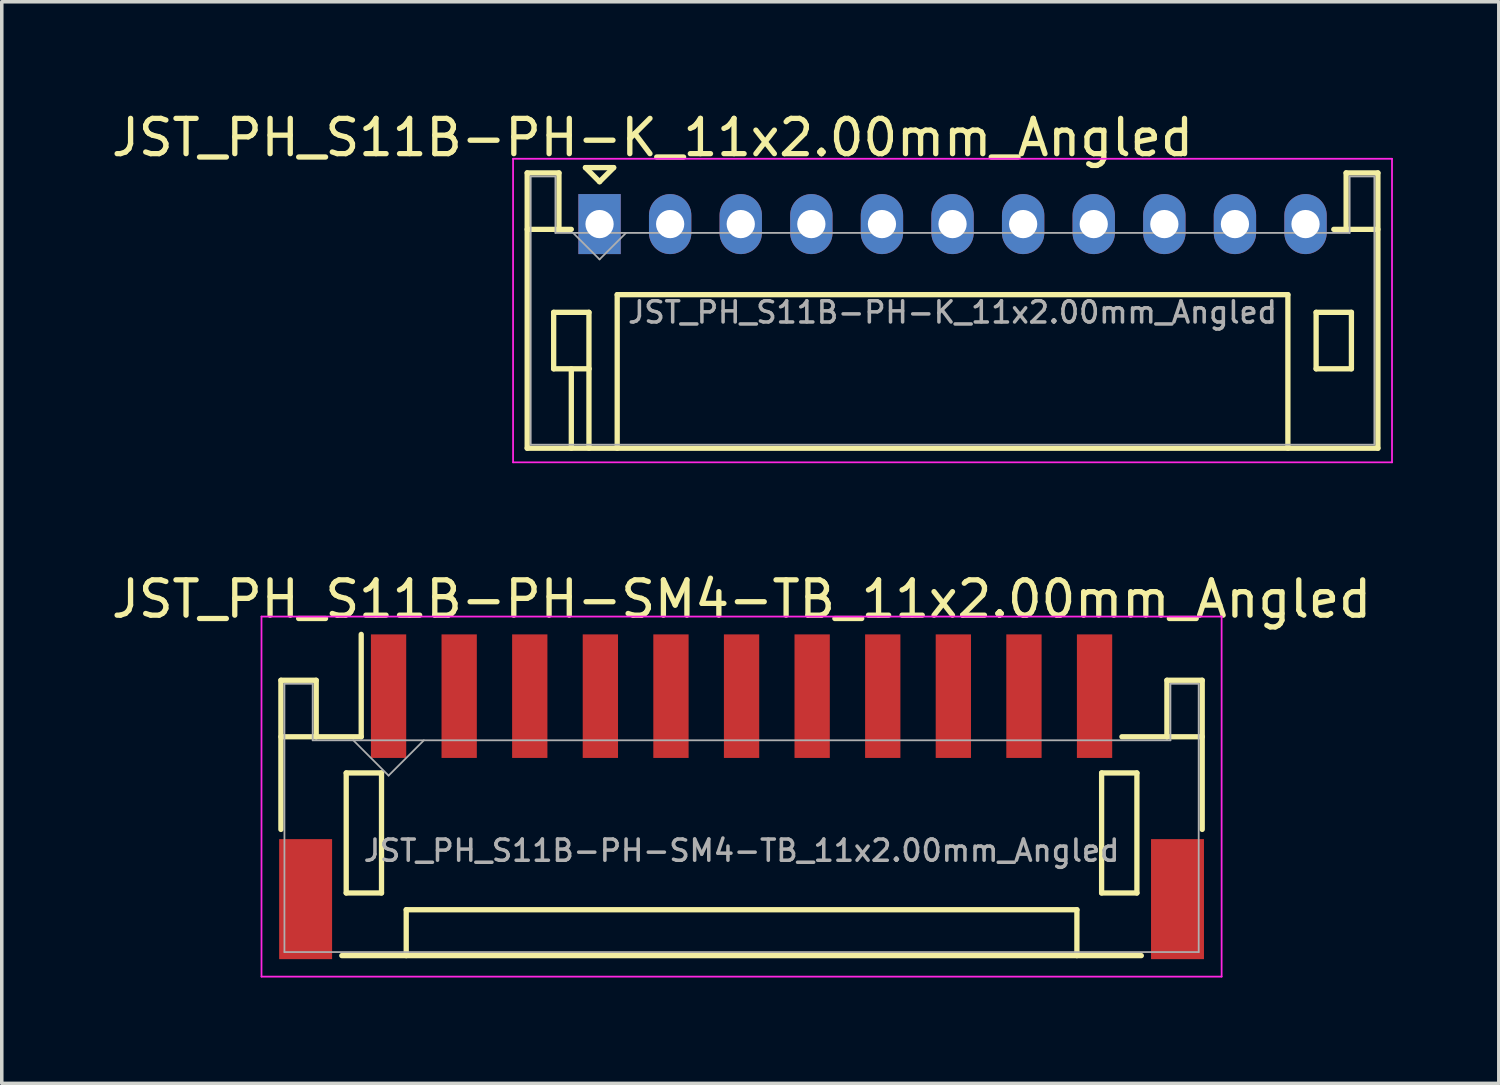
<source format=kicad_pcb>
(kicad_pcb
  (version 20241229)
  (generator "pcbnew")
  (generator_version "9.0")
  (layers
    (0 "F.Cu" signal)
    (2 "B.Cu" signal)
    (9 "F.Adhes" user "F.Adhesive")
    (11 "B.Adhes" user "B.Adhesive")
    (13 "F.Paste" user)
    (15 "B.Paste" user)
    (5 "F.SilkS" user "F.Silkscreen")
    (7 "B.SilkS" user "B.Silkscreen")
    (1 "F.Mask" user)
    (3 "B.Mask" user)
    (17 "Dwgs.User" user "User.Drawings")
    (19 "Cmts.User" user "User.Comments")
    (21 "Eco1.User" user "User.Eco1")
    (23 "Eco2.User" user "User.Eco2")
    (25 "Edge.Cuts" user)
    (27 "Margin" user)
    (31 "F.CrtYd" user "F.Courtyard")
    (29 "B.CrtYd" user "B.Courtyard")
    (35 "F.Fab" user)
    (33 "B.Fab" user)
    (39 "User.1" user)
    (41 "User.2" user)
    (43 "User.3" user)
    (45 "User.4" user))
  (footprint "JST_PH_S11B-PH-K_11x2.00mm_Angled"
    (layer "F.Cu")
    (at 13.935 3.298)
    (property "Reference" "JST_PH_S11B-PH-K_11x2.00mm_Angled" (at 10 2.5 0) (layer "F.Fab") (effects (font (size 0.6 0.6) (thickness 0.1))))
    (attr through_hole)
    (fp_line (start -2.05 -1.45) (end -2.05 6.35) (stroke (width 0.15) (type solid)) (layer "F.SilkS"))
    (fp_line (start -2.05 0.15) (end -1.15 0.15) (stroke (width 0.15) (type solid)) (layer "F.SilkS"))
    (fp_line (start -2.05 6.35) (end 22.05 6.35) (stroke (width 0.15) (type solid)) (layer "F.SilkS"))
    (fp_line (start -1.3 2.5) (end -1.3 4.1) (stroke (width 0.15) (type solid)) (layer "F.SilkS"))
    (fp_line (start -1.3 4.1) (end -0.3 4.1) (stroke (width 0.15) (type solid)) (layer "F.SilkS"))
    (fp_line (start -1.15 -1.45) (end -2.05 -1.45) (stroke (width 0.15) (type solid)) (layer "F.SilkS"))
    (fp_line (start -1.15 0.15) (end -1.15 -1.45) (stroke (width 0.15) (type solid)) (layer "F.SilkS"))
    (fp_line (start -0.8 0.15) (end -1.15 0.15) (stroke (width 0.15) (type solid)) (layer "F.SilkS"))
    (fp_line (start -0.8 4.1) (end -0.8 6.35) (stroke (width 0.15) (type solid)) (layer "F.SilkS"))
    (fp_line (start -0.4 -1.6) (end 0.4 -1.6) (stroke (width 0.15) (type solid)) (layer "F.SilkS"))
    (fp_line (start -0.3 2.5) (end -1.3 2.5) (stroke (width 0.15) (type solid)) (layer "F.SilkS"))
    (fp_line (start -0.3 4.1) (end -0.3 2.5) (stroke (width 0.15) (type solid)) (layer "F.SilkS"))
    (fp_line (start -0.3 4.1) (end -0.3 6.35) (stroke (width 0.15) (type solid)) (layer "F.SilkS"))
    (fp_line (start 0 -1.2) (end -0.4 -1.6) (stroke (width 0.15) (type solid)) (layer "F.SilkS"))
    (fp_line (start 0.4 -1.6) (end 0 -1.2) (stroke (width 0.15) (type solid)) (layer "F.SilkS"))
    (fp_line (start 0.5 2) (end 19.5 2) (stroke (width 0.15) (type solid)) (layer "F.SilkS"))
    (fp_line (start 0.5 6.35) (end 0.5 2) (stroke (width 0.15) (type solid)) (layer "F.SilkS"))
    (fp_line (start 19.5 2) (end 19.5 6.35) (stroke (width 0.15) (type solid)) (layer "F.SilkS"))
    (fp_line (start 20.3 2.5) (end 21.3 2.5) (stroke (width 0.15) (type solid)) (layer "F.SilkS"))
    (fp_line (start 20.3 4.1) (end 20.3 2.5) (stroke (width 0.15) (type solid)) (layer "F.SilkS"))
    (fp_line (start 21.15 -1.45) (end 21.15 0.15) (stroke (width 0.15) (type solid)) (layer "F.SilkS"))
    (fp_line (start 21.15 0.15) (end 20.8 0.15) (stroke (width 0.15) (type solid)) (layer "F.SilkS"))
    (fp_line (start 21.3 2.5) (end 21.3 4.1) (stroke (width 0.15) (type solid)) (layer "F.SilkS"))
    (fp_line (start 21.3 4.1) (end 20.3 4.1) (stroke (width 0.15) (type solid)) (layer "F.SilkS"))
    (fp_line (start 22.05 -1.45) (end 21.15 -1.45) (stroke (width 0.15) (type solid)) (layer "F.SilkS"))
    (fp_line (start 22.05 0.15) (end 21.15 0.15) (stroke (width 0.15) (type solid)) (layer "F.SilkS"))
    (fp_line (start 22.05 6.35) (end 22.05 -1.45) (stroke (width 0.15) (type solid)) (layer "F.SilkS"))
    (fp_line (start -2.45 -1.85) (end -2.45 6.75) (stroke (width 0.05) (type solid)) (layer "F.CrtYd"))
    (fp_line (start -2.45 6.75) (end 22.45 6.75) (stroke (width 0.05) (type solid)) (layer "F.CrtYd"))
    (fp_line (start 22.45 -1.85) (end -2.45 -1.85) (stroke (width 0.05) (type solid)) (layer "F.CrtYd"))
    (fp_line (start 22.45 6.75) (end 22.45 -1.85) (stroke (width 0.05) (type solid)) (layer "F.CrtYd"))
    (fp_line (start -1.95 -1.35) (end -1.95 6.25) (stroke (width 0.05) (type solid)) (layer "F.Fab"))
    (fp_line (start -1.95 6.25) (end 21.95 6.25) (stroke (width 0.05) (type solid)) (layer "F.Fab"))
    (fp_line (start -1.25 -1.35) (end -1.95 -1.35) (stroke (width 0.05) (type solid)) (layer "F.Fab"))
    (fp_line (start -1.25 0.25) (end -1.25 -1.35) (stroke (width 0.05) (type solid)) (layer "F.Fab"))
    (fp_line (start -0.75 0.25) (end 0 1) (stroke (width 0.05) (type solid)) (layer "F.Fab"))
    (fp_line (start 0 1) (end 0.75 0.25) (stroke (width 0.05) (type solid)) (layer "F.Fab"))
    (fp_line (start 21.25 -1.35) (end 21.25 0.25) (stroke (width 0.05) (type solid)) (layer "F.Fab"))
    (fp_line (start 21.25 0.25) (end -1.25 0.25) (stroke (width 0.05) (type solid)) (layer "F.Fab"))
    (fp_line (start 21.95 -1.35) (end 21.25 -1.35) (stroke (width 0.05) (type solid)) (layer "F.Fab"))
    (fp_line (start 21.95 6.25) (end 21.95 -1.35) (stroke (width 0.05) (type solid)) (layer "F.Fab"))
    (fp_text user "${REFERENCE}" (at 1.5 -2.45 0) (layer "F.SilkS") (effects (font (size 1 1) (thickness 0.15))))
    (pad "1" thru_hole rect (at 0 0) (size 1.2 1.7) (drill 0.8) (layers "*.Cu" "*.Mask"))
    (pad "2" thru_hole oval (at 2 0) (size 1.2 1.7) (drill 0.8) (layers "*.Cu" "*.Mask"))
    (pad "3" thru_hole oval (at 4 0) (size 1.2 1.7) (drill 0.8) (layers "*.Cu" "*.Mask"))
    (pad "4" thru_hole oval (at 6 0) (size 1.2 1.7) (drill 0.8) (layers "*.Cu" "*.Mask"))
    (pad "5" thru_hole oval (at 8 0) (size 1.2 1.7) (drill 0.8) (layers "*.Cu" "*.Mask"))
    (pad "6" thru_hole oval (at 10 0) (size 1.2 1.7) (drill 0.8) (layers "*.Cu" "*.Mask"))
    (pad "7" thru_hole oval (at 12 0) (size 1.2 1.7) (drill 0.8) (layers "*.Cu" "*.Mask"))
    (pad "8" thru_hole oval (at 14 0) (size 1.2 1.7) (drill 0.8) (layers "*.Cu" "*.Mask"))
    (pad "9" thru_hole oval (at 16 0) (size 1.2 1.7) (drill 0.8) (layers "*.Cu" "*.Mask"))
    (pad "10" thru_hole oval (at 18 0) (size 1.2 1.7) (drill 0.8) (layers "*.Cu" "*.Mask"))
    (pad "11" thru_hole oval (at 20 0) (size 1.2 1.7) (drill 0.8) (layers "*.Cu" "*.Mask")))
  (footprint "JST_PH_S11B-PH-SM4-TB_11x2.00mm_Angled"
    (layer "F.Cu")
    (at 17.958 19.547)
    (property "Reference" "JST_PH_S11B-PH-SM4-TB_11x2.00mm_Angled" (at 0 1.5 0) (layer "F.Fab") (effects (font (size 0.6 0.6) (thickness 0.1))))
    (attr smd)
    (fp_line (start -13.05 -3.325) (end -13.05 0.9) (stroke (width 0.15) (type solid)) (layer "F.SilkS"))
    (fp_line (start -13.05 -1.725) (end -12.05 -1.725) (stroke (width 0.15) (type solid)) (layer "F.SilkS"))
    (fp_line (start -12.05 -3.325) (end -13.05 -3.325) (stroke (width 0.15) (type solid)) (layer "F.SilkS"))
    (fp_line (start -12.05 -1.725) (end -12.05 -3.325) (stroke (width 0.15) (type solid)) (layer "F.SilkS"))
    (fp_line (start -11.325 4.475) (end 11.325 4.475) (stroke (width 0.15) (type solid)) (layer "F.SilkS"))
    (fp_line (start -11.2 -0.7) (end -11.2 2.7) (stroke (width 0.15) (type solid)) (layer "F.SilkS"))
    (fp_line (start -11.2 2.7) (end -10.2 2.7) (stroke (width 0.15) (type solid)) (layer "F.SilkS"))
    (fp_line (start -10.775 -1.725) (end -12.05 -1.725) (stroke (width 0.15) (type solid)) (layer "F.SilkS"))
    (fp_line (start -10.775 -1.725) (end -10.775 -4.625) (stroke (width 0.15) (type solid)) (layer "F.SilkS"))
    (fp_line (start -10.2 -0.7) (end -11.2 -0.7) (stroke (width 0.15) (type solid)) (layer "F.SilkS"))
    (fp_line (start -10.2 2.7) (end -10.2 -0.7) (stroke (width 0.15) (type solid)) (layer "F.SilkS"))
    (fp_line (start -9.5 3.175) (end 9.5 3.175) (stroke (width 0.15) (type solid)) (layer "F.SilkS"))
    (fp_line (start -9.5 4.475) (end -9.5 3.175) (stroke (width 0.15) (type solid)) (layer "F.SilkS"))
    (fp_line (start 9.5 3.175) (end 9.5 4.475) (stroke (width 0.15) (type solid)) (layer "F.SilkS"))
    (fp_line (start 10.2 -0.7) (end 11.2 -0.7) (stroke (width 0.15) (type solid)) (layer "F.SilkS"))
    (fp_line (start 10.2 2.7) (end 10.2 -0.7) (stroke (width 0.15) (type solid)) (layer "F.SilkS"))
    (fp_line (start 11.2 -0.7) (end 11.2 2.7) (stroke (width 0.15) (type solid)) (layer "F.SilkS"))
    (fp_line (start 11.2 2.7) (end 10.2 2.7) (stroke (width 0.15) (type solid)) (layer "F.SilkS"))
    (fp_line (start 12.05 -3.325) (end 12.05 -1.725) (stroke (width 0.15) (type solid)) (layer "F.SilkS"))
    (fp_line (start 12.05 -1.725) (end 10.775 -1.725) (stroke (width 0.15) (type solid)) (layer "F.SilkS"))
    (fp_line (start 13.05 -3.325) (end 12.05 -3.325) (stroke (width 0.15) (type solid)) (layer "F.SilkS"))
    (fp_line (start 13.05 -1.725) (end 12.05 -1.725) (stroke (width 0.15) (type solid)) (layer "F.SilkS"))
    (fp_line (start 13.05 0.9) (end 13.05 -3.325) (stroke (width 0.15) (type solid)) (layer "F.SilkS"))
    (fp_line (start -13.6 -5.13) (end -13.6 5.07) (stroke (width 0.05) (type solid)) (layer "F.CrtYd"))
    (fp_line (start -13.6 5.07) (end 13.6 5.07) (stroke (width 0.05) (type solid)) (layer "F.CrtYd"))
    (fp_line (start 13.6 -5.13) (end -13.6 -5.13) (stroke (width 0.05) (type solid)) (layer "F.CrtYd"))
    (fp_line (start 13.6 5.07) (end 13.6 -5.13) (stroke (width 0.05) (type solid)) (layer "F.CrtYd"))
    (fp_line (start -12.95 -3.225) (end -12.95 4.375) (stroke (width 0.05) (type solid)) (layer "F.Fab"))
    (fp_line (start -12.95 4.375) (end 12.95 4.375) (stroke (width 0.05) (type solid)) (layer "F.Fab"))
    (fp_line (start -12.15 -3.225) (end -12.95 -3.225) (stroke (width 0.05) (type solid)) (layer "F.Fab"))
    (fp_line (start -12.15 -1.625) (end -12.15 -3.225) (stroke (width 0.05) (type solid)) (layer "F.Fab"))
    (fp_line (start -11 -1.625) (end -10 -0.625) (stroke (width 0.05) (type solid)) (layer "F.Fab"))
    (fp_line (start -10 -0.625) (end -9 -1.625) (stroke (width 0.05) (type solid)) (layer "F.Fab"))
    (fp_line (start 12.15 -3.225) (end 12.15 -1.625) (stroke (width 0.05) (type solid)) (layer "F.Fab"))
    (fp_line (start 12.15 -1.625) (end -12.15 -1.625) (stroke (width 0.05) (type solid)) (layer "F.Fab"))
    (fp_line (start 12.95 -3.225) (end 12.15 -3.225) (stroke (width 0.05) (type solid)) (layer "F.Fab"))
    (fp_line (start 12.95 4.375) (end 12.95 -3.225) (stroke (width 0.05) (type solid)) (layer "F.Fab"))
    (fp_text user "${REFERENCE}" (at 0 -5.625 0) (layer "F.SilkS") (effects (font (size 1 1) (thickness 0.15))))
    (pad "" smd rect (at -12.35 2.875) (size 1.5 3.4) (layers "F.Cu" "F.Mask" "F.Paste"))
    (pad "" smd rect (at 12.35 2.875) (size 1.5 3.4) (layers "F.Cu" "F.Mask" "F.Paste"))
    (pad "1" smd rect (at -10 -2.875) (size 1 3.5) (layers "F.Cu" "F.Mask" "F.Paste"))
    (pad "2" smd rect (at -8 -2.875) (size 1 3.5) (layers "F.Cu" "F.Mask" "F.Paste"))
    (pad "3" smd rect (at -6 -2.875) (size 1 3.5) (layers "F.Cu" "F.Mask" "F.Paste"))
    (pad "4" smd rect (at -4 -2.875) (size 1 3.5) (layers "F.Cu" "F.Mask" "F.Paste"))
    (pad "5" smd rect (at -2 -2.875) (size 1 3.5) (layers "F.Cu" "F.Mask" "F.Paste"))
    (pad "6" smd rect (at 0 -2.875) (size 1 3.5) (layers "F.Cu" "F.Mask" "F.Paste"))
    (pad "7" smd rect (at 2 -2.875) (size 1 3.5) (layers "F.Cu" "F.Mask" "F.Paste"))
    (pad "8" smd rect (at 4 -2.875) (size 1 3.5) (layers "F.Cu" "F.Mask" "F.Paste"))
    (pad "9" smd rect (at 6 -2.875) (size 1 3.5) (layers "F.Cu" "F.Mask" "F.Paste"))
    (pad "10" smd rect (at 8 -2.875) (size 1 3.5) (layers "F.Cu" "F.Mask" "F.Paste"))
    (pad "11" smd rect (at 10 -2.875) (size 1 3.5) (layers "F.Cu" "F.Mask" "F.Paste")))
  (gr_rect
    (start -3 -3)
    (end 39.41 27.642)
    (stroke (width 0.1) (type default))
    (fill no)
    (layer "Edge.Cuts")))
</source>
